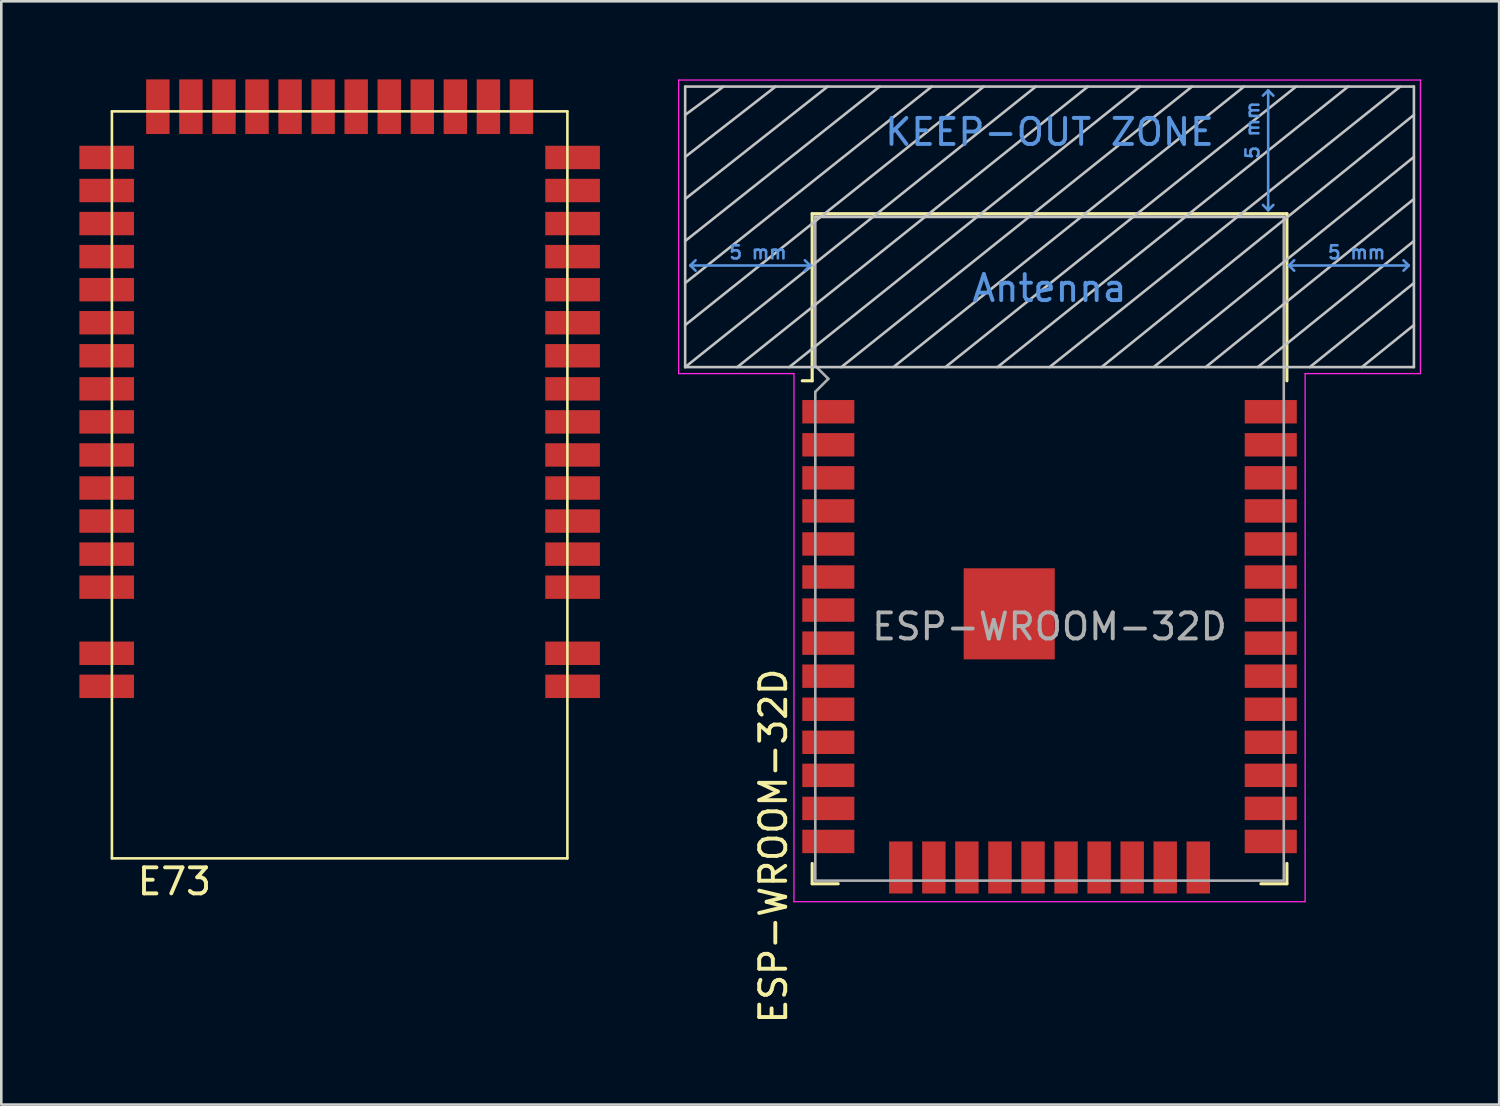
<source format=kicad_pcb>
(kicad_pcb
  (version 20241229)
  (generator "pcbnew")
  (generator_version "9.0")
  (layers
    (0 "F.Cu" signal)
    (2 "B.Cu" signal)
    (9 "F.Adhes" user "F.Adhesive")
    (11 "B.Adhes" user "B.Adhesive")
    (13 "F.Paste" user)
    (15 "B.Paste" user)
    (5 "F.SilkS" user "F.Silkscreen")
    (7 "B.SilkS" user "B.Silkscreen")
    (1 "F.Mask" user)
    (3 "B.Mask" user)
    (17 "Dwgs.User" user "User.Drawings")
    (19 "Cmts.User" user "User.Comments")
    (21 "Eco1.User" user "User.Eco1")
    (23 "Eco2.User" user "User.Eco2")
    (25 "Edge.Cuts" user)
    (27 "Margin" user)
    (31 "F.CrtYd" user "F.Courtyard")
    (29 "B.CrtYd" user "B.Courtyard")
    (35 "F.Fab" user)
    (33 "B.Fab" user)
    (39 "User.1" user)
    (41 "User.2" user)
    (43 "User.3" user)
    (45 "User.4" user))
  (footprint "ESP-WROOM-32D"
    (layer "F.Cu")
    (at 37.275 21.025)
    (property "Reference" "ESP-WROOM-32D" (at -10.61 8.43 90) (layer "F.SilkS") (effects (font (size 1 1) (thickness 0.15))))
    (attr smd)
    (fp_line (start -9.12 -15.865) (end -9.12 -9.445) (stroke (width 0.12) (type solid)) (layer "F.SilkS"))
    (fp_line (start -9.12 -15.865) (end 9.12 -15.865) (stroke (width 0.12) (type solid)) (layer "F.SilkS"))
    (fp_line (start -9.12 -9.445) (end -9.5 -9.445) (stroke (width 0.12) (type solid)) (layer "F.SilkS"))
    (fp_line (start -9.12 9.1) (end -9.12 9.88) (stroke (width 0.12) (type solid)) (layer "F.SilkS"))
    (fp_line (start -9.12 9.88) (end -8.12 9.88) (stroke (width 0.12) (type solid)) (layer "F.SilkS"))
    (fp_line (start 9.12 -15.865) (end 9.12 -9.445) (stroke (width 0.12) (type solid)) (layer "F.SilkS"))
    (fp_line (start 9.12 9.1) (end 9.12 9.88) (stroke (width 0.12) (type solid)) (layer "F.SilkS"))
    (fp_line (start 9.12 9.88) (end 8.12 9.88) (stroke (width 0.12) (type solid)) (layer "F.SilkS"))
    (fp_line (start -14 -9.97) (end -14 -20.75) (stroke (width 0.1) (type solid)) (layer "Dwgs.User"))
    (fp_line (start -12.525 -20.75) (end -14 -19.66) (stroke (width 0.1) (type solid)) (layer "Dwgs.User"))
    (fp_line (start -10.525 -20.75) (end -14 -18.045) (stroke (width 0.1) (type solid)) (layer "Dwgs.User"))
    (fp_line (start -9 -15.745) (end 9 -15.745) (stroke (width 0.1) (type solid)) (layer "Dwgs.User"))
    (fp_line (start -8.525 -20.75) (end -14 -16.43) (stroke (width 0.1) (type solid)) (layer "Dwgs.User"))
    (fp_line (start -8 -9.97) (end 5.475 -20.75) (stroke (width 0.1) (type solid)) (layer "Dwgs.User"))
    (fp_line (start -6.525 -20.75) (end -14 -14.815) (stroke (width 0.1) (type solid)) (layer "Dwgs.User"))
    (fp_line (start -4.525 -20.75) (end -14 -13.2) (stroke (width 0.1) (type solid)) (layer "Dwgs.User"))
    (fp_line (start -2.525 -20.75) (end -14 -11.585) (stroke (width 0.1) (type solid)) (layer "Dwgs.User"))
    (fp_line (start -0.525 -20.75) (end -14 -9.97) (stroke (width 0.1) (type solid)) (layer "Dwgs.User"))
    (fp_line (start 1.475 -20.75) (end -12 -9.97) (stroke (width 0.1) (type solid)) (layer "Dwgs.User"))
    (fp_line (start 3.475 -20.75) (end -10 -9.97) (stroke (width 0.1) (type solid)) (layer "Dwgs.User"))
    (fp_line (start 7.475 -20.75) (end -6 -9.97) (stroke (width 0.1) (type solid)) (layer "Dwgs.User"))
    (fp_line (start 9.475 -20.75) (end -4 -9.97) (stroke (width 0.1) (type solid)) (layer "Dwgs.User"))
    (fp_line (start 11.475 -20.75) (end -2 -9.97) (stroke (width 0.1) (type solid)) (layer "Dwgs.User"))
    (fp_line (start 13.475 -20.75) (end 0 -9.97) (stroke (width 0.1) (type solid)) (layer "Dwgs.User"))
    (fp_line (start 14 -20.75) (end -14 -20.75) (stroke (width 0.1) (type solid)) (layer "Dwgs.User"))
    (fp_line (start 14 -19.66) (end 2 -9.97) (stroke (width 0.1) (type solid)) (layer "Dwgs.User"))
    (fp_line (start 14 -18.045) (end 4 -9.97) (stroke (width 0.1) (type solid)) (layer "Dwgs.User"))
    (fp_line (start 14 -16.43) (end 6 -9.97) (stroke (width 0.1) (type solid)) (layer "Dwgs.User"))
    (fp_line (start 14 -14.815) (end 8 -9.97) (stroke (width 0.1) (type solid)) (layer "Dwgs.User"))
    (fp_line (start 14 -13.2) (end 10 -9.97) (stroke (width 0.1) (type solid)) (layer "Dwgs.User"))
    (fp_line (start 14 -11.585) (end 12 -9.97) (stroke (width 0.1) (type solid)) (layer "Dwgs.User"))
    (fp_line (start 14 -9.97) (end -14 -9.97) (stroke (width 0.1) (type solid)) (layer "Dwgs.User"))
    (fp_line (start 14 -9.97) (end 14 -20.75) (stroke (width 0.1) (type solid)) (layer "Dwgs.User"))
    (fp_line (start -13.8 -13.875) (end -13.6 -14.075) (stroke (width 0.1) (type solid)) (layer "Cmts.User"))
    (fp_line (start -13.8 -13.875) (end -13.6 -13.675) (stroke (width 0.1) (type solid)) (layer "Cmts.User"))
    (fp_line (start -13.8 -13.875) (end -9.2 -13.875) (stroke (width 0.1) (type solid)) (layer "Cmts.User"))
    (fp_line (start -9.2 -13.875) (end -9.4 -14.075) (stroke (width 0.1) (type solid)) (layer "Cmts.User"))
    (fp_line (start -9.2 -13.875) (end -9.4 -13.675) (stroke (width 0.1) (type solid)) (layer "Cmts.User"))
    (fp_line (start 8.4 -20.6) (end 8.2 -20.4) (stroke (width 0.1) (type solid)) (layer "Cmts.User"))
    (fp_line (start 8.4 -20.6) (end 8.6 -20.4) (stroke (width 0.1) (type solid)) (layer "Cmts.User"))
    (fp_line (start 8.4 -16) (end 8.2 -16.2) (stroke (width 0.1) (type solid)) (layer "Cmts.User"))
    (fp_line (start 8.4 -16) (end 8.4 -20.6) (stroke (width 0.1) (type solid)) (layer "Cmts.User"))
    (fp_line (start 8.4 -16) (end 8.6 -16.2) (stroke (width 0.1) (type solid)) (layer "Cmts.User"))
    (fp_line (start 9.2 -13.875) (end 9.4 -14.075) (stroke (width 0.1) (type solid)) (layer "Cmts.User"))
    (fp_line (start 9.2 -13.875) (end 9.4 -13.675) (stroke (width 0.1) (type solid)) (layer "Cmts.User"))
    (fp_line (start 9.2 -13.875) (end 13.8 -13.875) (stroke (width 0.1) (type solid)) (layer "Cmts.User"))
    (fp_line (start 13.8 -13.875) (end 13.6 -14.075) (stroke (width 0.1) (type solid)) (layer "Cmts.User"))
    (fp_line (start 13.8 -13.875) (end 13.6 -13.675) (stroke (width 0.1) (type solid)) (layer "Cmts.User"))
    (fp_line (start -14.25 -21) (end -14.25 -9.72) (stroke (width 0.05) (type solid)) (layer "F.CrtYd"))
    (fp_line (start -14.25 -21) (end 14.25 -21) (stroke (width 0.05) (type solid)) (layer "F.CrtYd"))
    (fp_line (start -14.25 -9.72) (end -9.82 -9.72) (stroke (width 0.05) (type solid)) (layer "F.CrtYd"))
    (fp_line (start -9.82 10.57) (end -9.82 -9.72) (stroke (width 0.05) (type solid)) (layer "F.CrtYd"))
    (fp_line (start -9.82 10.57) (end 9.82 10.57) (stroke (width 0.05) (type solid)) (layer "F.CrtYd"))
    (fp_line (start 9.82 -9.72) (end 9.82 10.57) (stroke (width 0.05) (type solid)) (layer "F.CrtYd"))
    (fp_line (start 9.82 -9.72) (end 14.25 -9.72) (stroke (width 0.05) (type solid)) (layer "F.CrtYd"))
    (fp_line (start 14.25 -21) (end 14.25 -9.72) (stroke (width 0.05) (type solid)) (layer "F.CrtYd"))
    (fp_line (start -9 -15.745) (end -9 -10.02) (stroke (width 0.1) (type solid)) (layer "F.Fab"))
    (fp_line (start -9 -15.745) (end 9 -15.745) (stroke (width 0.1) (type solid)) (layer "F.Fab"))
    (fp_line (start -9 -9.02) (end -9 9.76) (stroke (width 0.1) (type solid)) (layer "F.Fab"))
    (fp_line (start -9 -9.02) (end -8.5 -9.52) (stroke (width 0.1) (type solid)) (layer "F.Fab"))
    (fp_line (start -9 9.76) (end 9 9.76) (stroke (width 0.1) (type solid)) (layer "F.Fab"))
    (fp_line (start -8.5 -9.52) (end -9 -10.02) (stroke (width 0.1) (type solid)) (layer "F.Fab"))
    (fp_line (start 9 9.76) (end 9 -15.745) (stroke (width 0.1) (type solid)) (layer "F.Fab"))
    (fp_text user "5 mm" (at 7.8 -19.075 90) (layer "Cmts.User") (effects (font (size 0.5 0.5) (thickness 0.1))))
    (fp_text user "5 mm" (at 11.8 -14.375 0) (layer "Cmts.User") (effects (font (size 0.5 0.5) (thickness 0.1))))
    (fp_text user "5 mm" (at -11.2 -14.375 0) (layer "Cmts.User") (effects (font (size 0.5 0.5) (thickness 0.1))))
    (fp_text user "KEEP-OUT ZONE" (at 0 -19 0) (layer "Cmts.User") (effects (font (size 1 1) (thickness 0.15))))
    (fp_text user "Antenna" (at 0 -13 0) (layer "Cmts.User") (effects (font (size 1 1) (thickness 0.15))))
    (fp_text user "${REFERENCE}" (at 0 0 0) (layer "F.Fab") (effects (font (size 1 1) (thickness 0.15))))
    (pad "1" smd rect (at -8.5 -8.255) (size 2 0.9) (layers "F.Cu" "F.Mask" "F.Paste"))
    (pad "2" smd rect (at -8.5 -6.985) (size 2 0.9) (layers "F.Cu" "F.Mask" "F.Paste"))
    (pad "3" smd rect (at -8.5 -5.715) (size 2 0.9) (layers "F.Cu" "F.Mask" "F.Paste"))
    (pad "4" smd rect (at -8.5 -4.445) (size 2 0.9) (layers "F.Cu" "F.Mask" "F.Paste"))
    (pad "5" smd rect (at -8.5 -3.175) (size 2 0.9) (layers "F.Cu" "F.Mask" "F.Paste"))
    (pad "6" smd rect (at -8.5 -1.905) (size 2 0.9) (layers "F.Cu" "F.Mask" "F.Paste"))
    (pad "7" smd rect (at -8.5 -0.635) (size 2 0.9) (layers "F.Cu" "F.Mask" "F.Paste"))
    (pad "8" smd rect (at -8.5 0.635) (size 2 0.9) (layers "F.Cu" "F.Mask" "F.Paste"))
    (pad "9" smd rect (at -8.5 1.905) (size 2 0.9) (layers "F.Cu" "F.Mask" "F.Paste"))
    (pad "10" smd rect (at -8.5 3.175) (size 2 0.9) (layers "F.Cu" "F.Mask" "F.Paste"))
    (pad "11" smd rect (at -8.5 4.445) (size 2 0.9) (layers "F.Cu" "F.Mask" "F.Paste"))
    (pad "12" smd rect (at -8.5 5.715) (size 2 0.9) (layers "F.Cu" "F.Mask" "F.Paste"))
    (pad "13" smd rect (at -8.5 6.985) (size 2 0.9) (layers "F.Cu" "F.Mask" "F.Paste"))
    (pad "14" smd rect (at -8.5 8.255) (size 2 0.9) (layers "F.Cu" "F.Mask" "F.Paste"))
    (pad "15" smd rect (at -5.715 9.255 90) (size 2 0.9) (layers "F.Cu" "F.Mask" "F.Paste"))
    (pad "16" smd rect (at -4.445 9.255 90) (size 2 0.9) (layers "F.Cu" "F.Mask" "F.Paste"))
    (pad "17" smd rect (at -3.175 9.255 90) (size 2 0.9) (layers "F.Cu" "F.Mask" "F.Paste"))
    (pad "18" smd rect (at -1.905 9.255 90) (size 2 0.9) (layers "F.Cu" "F.Mask" "F.Paste"))
    (pad "19" smd rect (at -0.635 9.255 90) (size 2 0.9) (layers "F.Cu" "F.Mask" "F.Paste"))
    (pad "20" smd rect (at 0.635 9.255 90) (size 2 0.9) (layers "F.Cu" "F.Mask" "F.Paste"))
    (pad "21" smd rect (at 1.905 9.255 90) (size 2 0.9) (layers "F.Cu" "F.Mask" "F.Paste"))
    (pad "22" smd rect (at 3.175 9.255 90) (size 2 0.9) (layers "F.Cu" "F.Mask" "F.Paste"))
    (pad "23" smd rect (at 4.445 9.255 90) (size 2 0.9) (layers "F.Cu" "F.Mask" "F.Paste"))
    (pad "24" smd rect (at 5.715 9.255 90) (size 2 0.9) (layers "F.Cu" "F.Mask" "F.Paste"))
    (pad "25" smd rect (at 8.5 8.255) (size 2 0.9) (layers "F.Cu" "F.Mask" "F.Paste"))
    (pad "26" smd rect (at 8.5 6.985) (size 2 0.9) (layers "F.Cu" "F.Mask" "F.Paste"))
    (pad "27" smd rect (at 8.5 5.715) (size 2 0.9) (layers "F.Cu" "F.Mask" "F.Paste"))
    (pad "28" smd rect (at 8.5 4.445) (size 2 0.9) (layers "F.Cu" "F.Mask" "F.Paste"))
    (pad "29" smd rect (at 8.5 3.175) (size 2 0.9) (layers "F.Cu" "F.Mask" "F.Paste"))
    (pad "30" smd rect (at 8.5 1.905) (size 2 0.9) (layers "F.Cu" "F.Mask" "F.Paste"))
    (pad "31" smd rect (at 8.5 0.635) (size 2 0.9) (layers "F.Cu" "F.Mask" "F.Paste"))
    (pad "32" smd rect (at 8.5 -0.635) (size 2 0.9) (layers "F.Cu" "F.Mask" "F.Paste"))
    (pad "33" smd rect (at 8.5 -1.905) (size 2 0.9) (layers "F.Cu" "F.Mask" "F.Paste"))
    (pad "34" smd rect (at 8.5 -3.175) (size 2 0.9) (layers "F.Cu" "F.Mask" "F.Paste"))
    (pad "35" smd rect (at 8.5 -4.445) (size 2 0.9) (layers "F.Cu" "F.Mask" "F.Paste"))
    (pad "36" smd rect (at 8.5 -5.715) (size 2 0.9) (layers "F.Cu" "F.Mask" "F.Paste"))
    (pad "37" smd rect (at 8.5 -6.985) (size 2 0.9) (layers "F.Cu" "F.Mask" "F.Paste"))
    (pad "38" smd rect (at 8.5 -8.255) (size 2 0.9) (layers "F.Cu" "F.Mask" "F.Paste"))
    (pad "39" smd rect (at -1.55 -0.49) (size 3.5 3.5) (layers "F.Cu" "F.Mask" "F.Paste")))
  (footprint "E73"
    (layer "F.Cu")
    (at 10 15.58)
    (property "Reference" "E73" (at -6.35 15.24 0) (layer "F.SilkS") (effects (font (size 1 1) (thickness 0.15))))
    (attr through_hole)
    (fp_line (start -8.75 -14.35) (end -8.75 14.35) (stroke (width 0.1) (type solid)) (layer "F.SilkS"))
    (fp_line (start -8.75 -14.35) (end 8.75 -14.35) (stroke (width 0.1) (type solid)) (layer "F.SilkS"))
    (fp_line (start -8.75 14.35) (end 8.75 14.35) (stroke (width 0.1) (type solid)) (layer "F.SilkS"))
    (fp_line (start 8.75 -14.35) (end 8.75 14.35) (stroke (width 0.1) (type solid)) (layer "F.SilkS"))
    (pad "1" smd rect (at 8.95 7.74 90) (size 0.9 2.1) (layers "F.Cu" "F.Mask" "F.Paste"))
    (pad "2" smd rect (at 8.95 6.47 90) (size 0.9 2.1) (layers "F.Cu" "F.Mask" "F.Paste"))
    (pad "3" smd rect (at 8.95 3.93 90) (size 0.9 2.1) (layers "F.Cu" "F.Mask" "F.Paste"))
    (pad "4" smd rect (at 8.95 2.66 90) (size 0.9 2.1) (layers "F.Cu" "F.Mask" "F.Paste"))
    (pad "5" smd rect (at 8.95 1.39 90) (size 0.9 2.1) (layers "F.Cu" "F.Mask" "F.Paste"))
    (pad "6" smd rect (at 8.95 0.12 90) (size 0.9 2.1) (layers "F.Cu" "F.Mask" "F.Paste"))
    (pad "7" smd rect (at 8.95 -1.15 90) (size 0.9 2.1) (layers "F.Cu" "F.Mask" "F.Paste"))
    (pad "8" smd rect (at 8.95 -2.42 90) (size 0.9 2.1) (layers "F.Cu" "F.Mask" "F.Paste"))
    (pad "9" smd rect (at 8.95 -3.69 90) (size 0.9 2.1) (layers "F.Cu" "F.Mask" "F.Paste"))
    (pad "10" smd rect (at 8.95 -4.96 90) (size 0.9 2.1) (layers "F.Cu" "F.Mask" "F.Paste"))
    (pad "11" smd rect (at 8.95 -6.23 90) (size 0.9 2.1) (layers "F.Cu" "F.Mask" "F.Paste"))
    (pad "12" smd rect (at 8.95 -7.5 90) (size 0.9 2.1) (layers "F.Cu" "F.Mask" "F.Paste"))
    (pad "13" smd rect (at 8.95 -8.77 90) (size 0.9 2.1) (layers "F.Cu" "F.Mask" "F.Paste"))
    (pad "14" smd rect (at 8.95 -10.04 90) (size 0.9 2.1) (layers "F.Cu" "F.Mask" "F.Paste"))
    (pad "15" smd rect (at 8.95 -11.31 90) (size 0.9 2.1) (layers "F.Cu" "F.Mask" "F.Paste"))
    (pad "16" smd rect (at 8.95 -12.58 90) (size 0.9 2.1) (layers "F.Cu" "F.Mask" "F.Paste"))
    (pad "17" smd rect (at 6.985 -14.53) (size 0.9 2.1) (layers "F.Cu" "F.Mask" "F.Paste"))
    (pad "18" smd rect (at 5.715 -14.53) (size 0.9 2.1) (layers "F.Cu" "F.Mask" "F.Paste"))
    (pad "19" smd rect (at 4.445 -14.53) (size 0.9 2.1) (layers "F.Cu" "F.Mask" "F.Paste"))
    (pad "20" smd rect (at 3.175 -14.53) (size 0.9 2.1) (layers "F.Cu" "F.Mask" "F.Paste"))
    (pad "21" smd rect (at 1.905 -14.53 180) (size 0.9 2.1) (layers "F.Cu" "F.Mask" "F.Paste"))
    (pad "22" smd rect (at 0.635 -14.53) (size 0.9 2.1) (layers "F.Cu" "F.Mask" "F.Paste"))
    (pad "23" smd rect (at -0.635 -14.53) (size 0.9 2.1) (layers "F.Cu" "F.Mask" "F.Paste"))
    (pad "24" smd rect (at -1.905 -14.53) (size 0.9 2.1) (layers "F.Cu" "F.Mask" "F.Paste"))
    (pad "25" smd rect (at -3.175 -14.53 180) (size 0.9 2.1) (layers "F.Cu" "F.Mask" "F.Paste"))
    (pad "26" smd rect (at -4.445 -14.53 180) (size 0.9 2.1) (layers "F.Cu" "F.Mask" "F.Paste"))
    (pad "27" smd rect (at -5.715 -14.53) (size 0.9 2.1) (layers "F.Cu" "F.Mask" "F.Paste"))
    (pad "28" smd rect (at -6.985 -14.53) (size 0.9 2.1) (layers "F.Cu" "F.Mask" "F.Paste"))
    (pad "29" smd rect (at -8.95 -12.58 270) (size 0.9 2.1) (layers "F.Cu" "F.Mask" "F.Paste"))
    (pad "30" smd rect (at -8.95 -11.31 270) (size 0.9 2.1) (layers "F.Cu" "F.Mask" "F.Paste"))
    (pad "31" smd rect (at -8.95 -10.04 270) (size 0.9 2.1) (layers "F.Cu" "F.Mask" "F.Paste"))
    (pad "32" smd rect (at -8.95 -8.77 270) (size 0.9 2.1) (layers "F.Cu" "F.Mask" "F.Paste"))
    (pad "33" smd rect (at -8.95 -7.5 270) (size 0.9 2.1) (layers "F.Cu" "F.Mask" "F.Paste"))
    (pad "34" smd rect (at -8.95 -6.23 270) (size 0.9 2.1) (layers "F.Cu" "F.Mask" "F.Paste"))
    (pad "35" smd rect (at -8.95 -4.96 270) (size 0.9 2.1) (layers "F.Cu" "F.Mask" "F.Paste"))
    (pad "36" smd rect (at -8.95 -3.69 270) (size 0.9 2.1) (layers "F.Cu" "F.Mask" "F.Paste"))
    (pad "37" smd rect (at -8.95 -2.42 270) (size 0.9 2.1) (layers "F.Cu" "F.Mask" "F.Paste"))
    (pad "38" smd rect (at -8.95 -1.15 270) (size 0.9 2.1) (layers "F.Cu" "F.Mask" "F.Paste"))
    (pad "39" smd rect (at -8.95 0.12 270) (size 0.9 2.1) (layers "F.Cu" "F.Mask" "F.Paste"))
    (pad "40" smd rect (at -8.95 1.39 270) (size 0.9 2.1) (layers "F.Cu" "F.Mask" "F.Paste"))
    (pad "41" smd rect (at -8.95 2.66 270) (size 0.9 2.1) (layers "F.Cu" "F.Mask" "F.Paste"))
    (pad "42" smd rect (at -8.95 3.93 270) (size 0.9 2.1) (layers "F.Cu" "F.Mask" "F.Paste"))
    (pad "43" smd rect (at -8.95 6.47 270) (size 0.9 2.1) (layers "F.Cu" "F.Mask" "F.Paste"))
    (pad "44" smd rect (at -8.95 7.74 270) (size 0.9 2.1) (layers "F.Cu" "F.Mask" "F.Paste")))
  (gr_rect
    (start -3 -3)
    (end 54.55 39.39)
    (stroke (width 0.1) (type default))
    (fill no)
    (layer "Edge.Cuts")))
</source>
